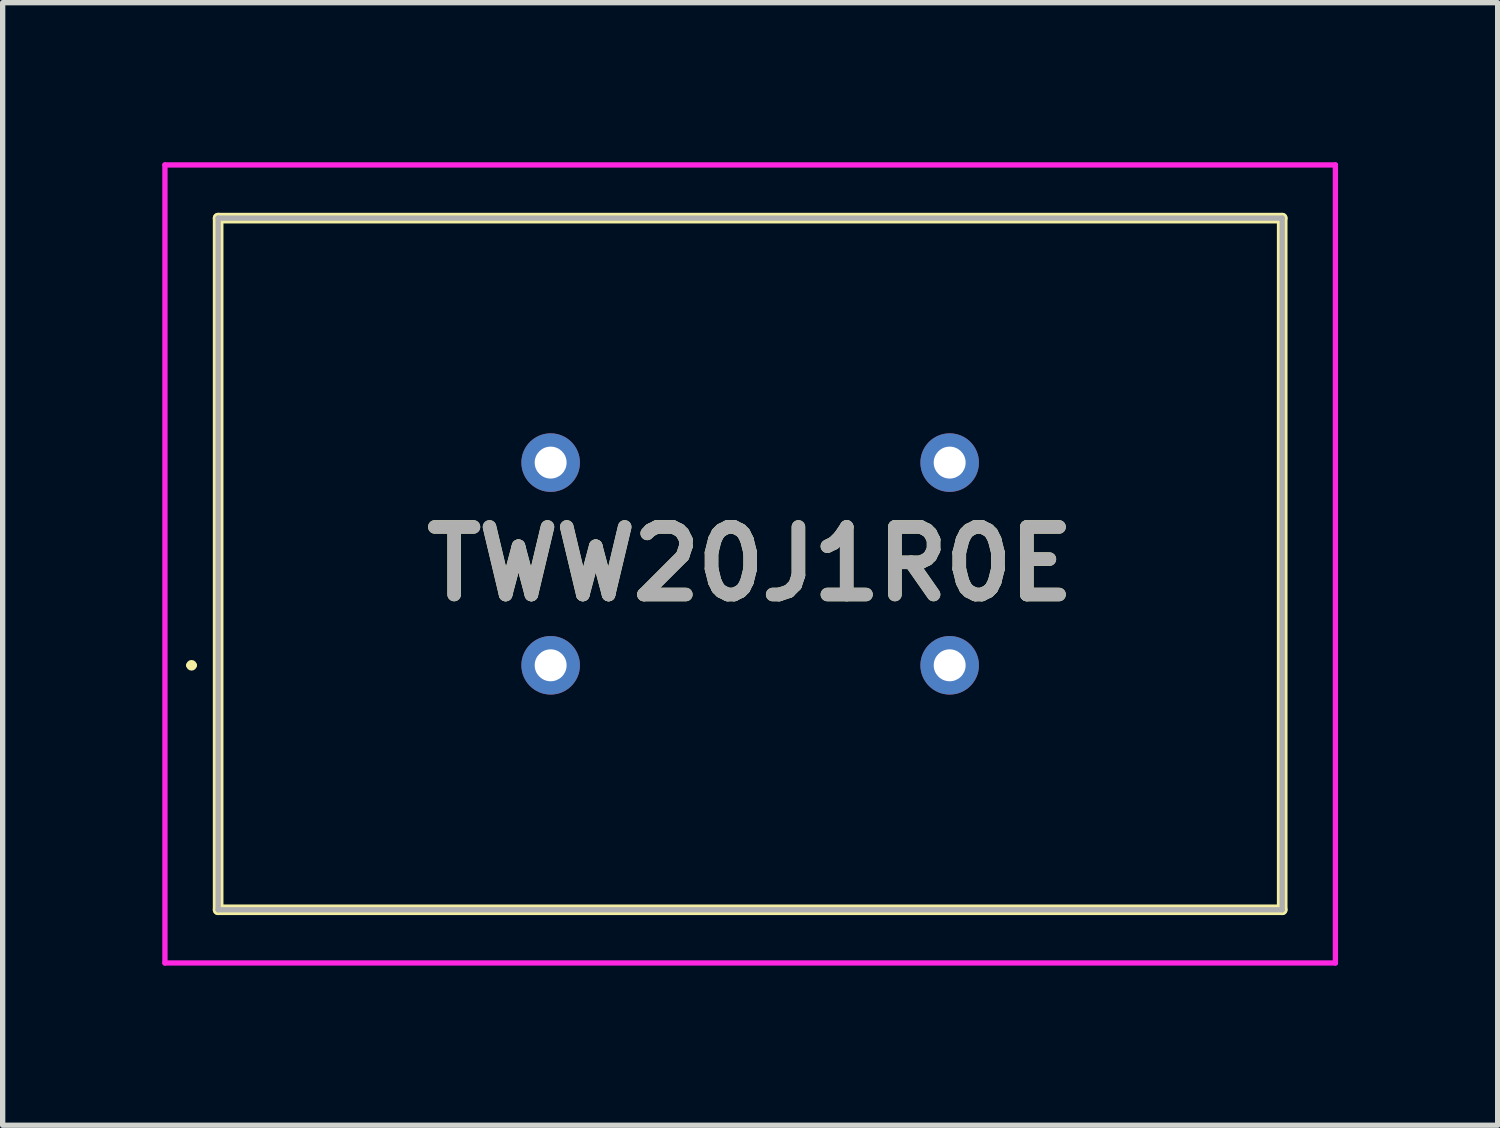
<source format=kicad_pcb>
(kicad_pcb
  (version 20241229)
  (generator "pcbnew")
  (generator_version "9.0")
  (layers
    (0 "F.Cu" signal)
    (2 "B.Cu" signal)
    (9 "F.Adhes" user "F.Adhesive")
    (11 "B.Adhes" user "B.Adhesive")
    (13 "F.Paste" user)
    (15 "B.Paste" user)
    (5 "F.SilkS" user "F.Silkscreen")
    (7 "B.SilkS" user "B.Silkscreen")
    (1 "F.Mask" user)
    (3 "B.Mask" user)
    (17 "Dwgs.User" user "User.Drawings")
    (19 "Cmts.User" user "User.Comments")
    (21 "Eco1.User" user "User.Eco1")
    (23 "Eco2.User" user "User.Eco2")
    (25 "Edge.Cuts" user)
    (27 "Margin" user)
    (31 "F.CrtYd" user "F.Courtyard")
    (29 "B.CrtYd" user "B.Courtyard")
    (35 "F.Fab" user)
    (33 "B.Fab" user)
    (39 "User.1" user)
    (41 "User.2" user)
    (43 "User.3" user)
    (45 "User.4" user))
  (footprint "TWW20J1R0E"
    (layer "F.Cu")
    (at 7.3 9.455)
    (property "Reference" "TWW20J1R0E" (at 3.75 -1.905 0) (layer "F.SilkS") (effects (font (size 1.27 1.27) (thickness 0.254))))
    (attr through_hole)
    (fp_line (start -6.8 0) (end -6.8 0) (stroke (width 0.1) (type solid)) (layer "F.SilkS"))
    (fp_line (start -6.7 0) (end -6.7 0) (stroke (width 0.1) (type solid)) (layer "F.SilkS"))
    (fp_line (start -6.25 -8.405) (end 13.75 -8.405) (stroke (width 0.2) (type solid)) (layer "F.SilkS"))
    (fp_line (start -6.25 4.595) (end -6.25 -8.405) (stroke (width 0.2) (type solid)) (layer "F.SilkS"))
    (fp_line (start 13.75 -8.405) (end 13.75 4.595) (stroke (width 0.2) (type solid)) (layer "F.SilkS"))
    (fp_line (start 13.75 4.595) (end -6.25 4.595) (stroke (width 0.2) (type solid)) (layer "F.SilkS"))
    (fp_arc (start -6.8 0) (mid -6.75 -0.05) (end -6.7 0) (stroke (width 0.1) (type solid)) (layer "F.SilkS"))
    (fp_arc (start -6.7 0) (mid -6.75 0.05) (end -6.8 0) (stroke (width 0.1) (type solid)) (layer "F.SilkS"))
    (fp_line (start -7.25 -9.405) (end 14.75 -9.405) (stroke (width 0.1) (type solid)) (layer "F.CrtYd"))
    (fp_line (start -7.25 5.595) (end -7.25 -9.405) (stroke (width 0.1) (type solid)) (layer "F.CrtYd"))
    (fp_line (start 14.75 -9.405) (end 14.75 5.595) (stroke (width 0.1) (type solid)) (layer "F.CrtYd"))
    (fp_line (start 14.75 5.595) (end -7.25 5.595) (stroke (width 0.1) (type solid)) (layer "F.CrtYd"))
    (fp_line (start -6.25 -8.405) (end 13.75 -8.405) (stroke (width 0.1) (type solid)) (layer "F.Fab"))
    (fp_line (start -6.25 4.595) (end -6.25 -8.405) (stroke (width 0.1) (type solid)) (layer "F.Fab"))
    (fp_line (start 13.75 -8.405) (end 13.75 4.595) (stroke (width 0.1) (type solid)) (layer "F.Fab"))
    (fp_line (start 13.75 4.595) (end -6.25 4.595) (stroke (width 0.1) (type solid)) (layer "F.Fab"))
    (fp_text user "${REFERENCE}" (at 3.75 -1.905 0) (layer "F.Fab") (effects (font (size 1.27 1.27) (thickness 0.254))))
    (pad "1" thru_hole circle (at 0 0) (size 1.1 1.1) (drill 0.6) (layers "*.Cu" "*.Mask"))
    (pad "2" thru_hole circle (at 7.5 0) (size 1.1 1.1) (drill 0.6) (layers "*.Cu" "*.Mask"))
    (pad "3" thru_hole circle (at 7.5 -3.81) (size 1.1 1.1) (drill 0.6) (layers "*.Cu" "*.Mask"))
    (pad "4" thru_hole circle (at 0 -3.81) (size 1.1 1.1) (drill 0.6) (layers "*.Cu" "*.Mask")))
  (gr_rect
    (start -3 -3)
    (end 25.1 18.1)
    (stroke (width 0.1) (type default))
    (fill no)
    (layer "Edge.Cuts")))
</source>
